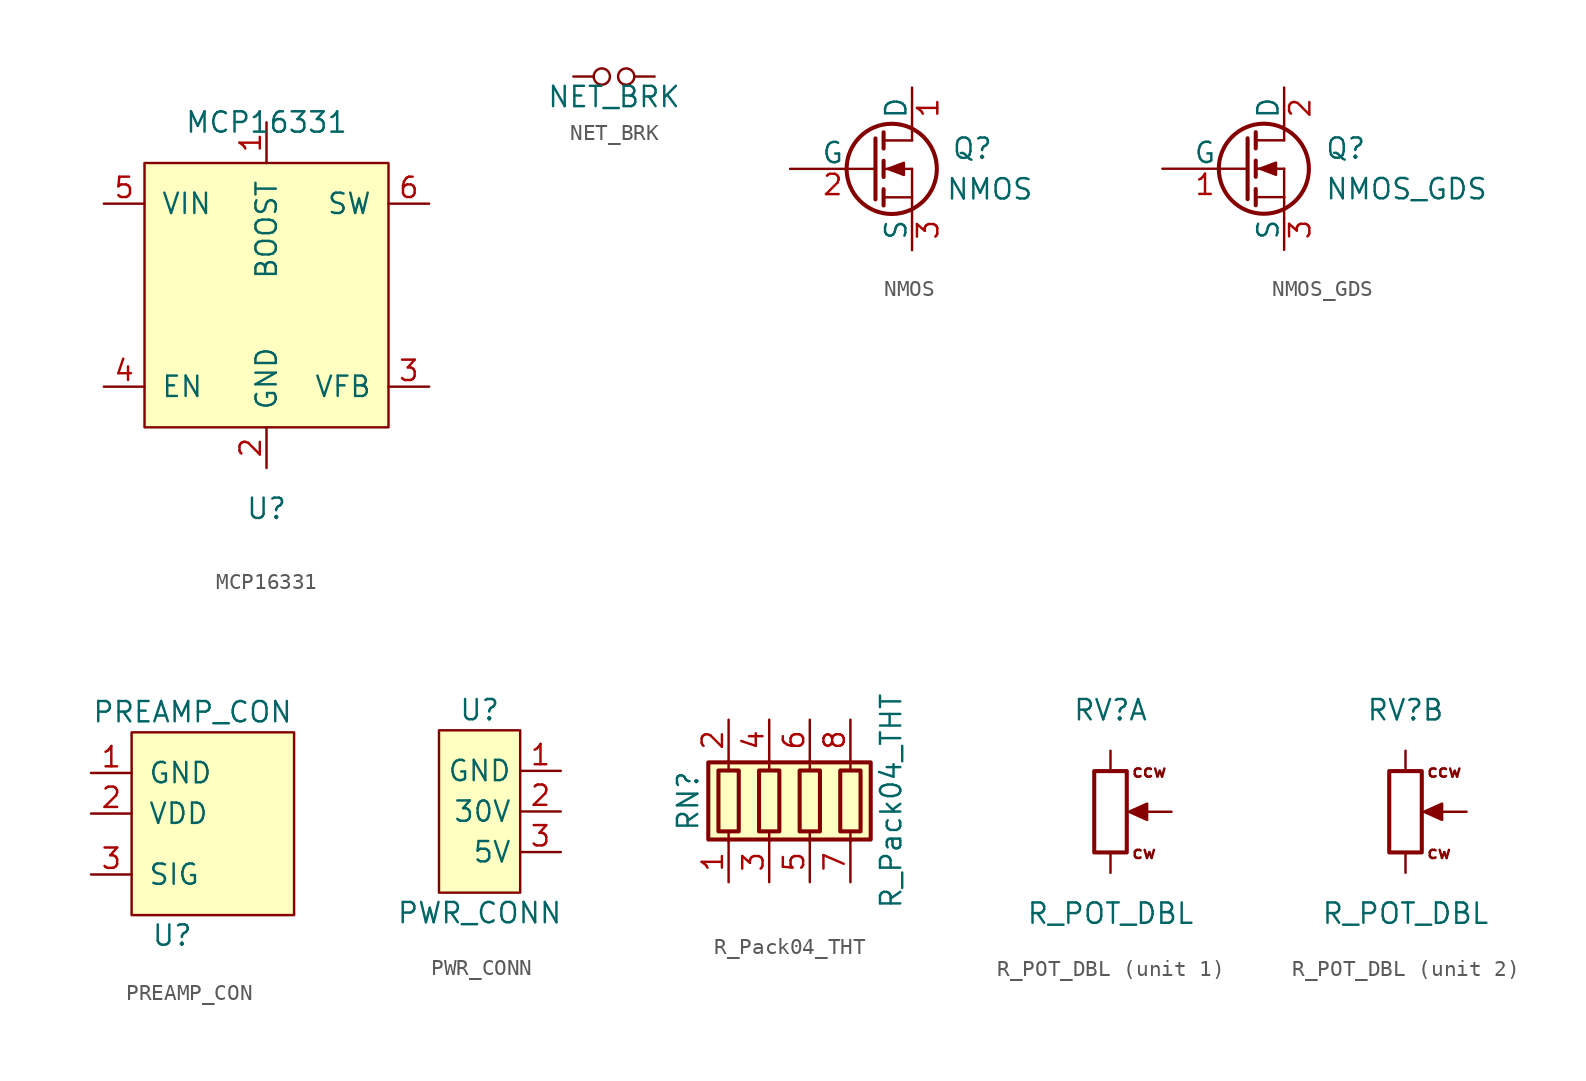
<source format=kicad_sym>
(kicad_symbol_lib
  (version 20211014)
  (generator kicad_symbol_editor)
  (symbol "MCP16331"
    (pin_names
      (offset 1.016))
    (property "Reference" "U"
      (at 0 -13.97 0)
      (effects (font (size 1.27 1.27))))
    (property "Value" "MCP16331"
      (at 0 10.16 0)
      (effects (font (size 1.27 1.27))))
    (symbol "MCP16331_0_1"
      (rectangle (start -7.62 7.62) (end 7.62 -8.89) (stroke (width 0) (type default) (color 0 0 0 0)) (fill (type background))))
    (symbol "MCP16331_1_1"
      (pin input line (at 0 10.16 270) (length 2.54) (name "BOOST" (effects (font (size 1.27 1.27)))) (number "1" (effects (font (size 1.27 1.27)))))
      (pin input line (at 0 -11.43 90) (length 2.54) (name "GND" (effects (font (size 1.27 1.27)))) (number "2" (effects (font (size 1.27 1.27)))))
      (pin input line (at 10.16 -6.35 180) (length 2.54) (name "VFB" (effects (font (size 1.27 1.27)))) (number "3" (effects (font (size 1.27 1.27)))))
      (pin input line (at -10.16 -6.35 0) (length 2.54) (name "EN" (effects (font (size 1.27 1.27)))) (number "4" (effects (font (size 1.27 1.27)))))
      (pin input line (at -10.16 5.08 0) (length 2.54) (name "VIN" (effects (font (size 1.27 1.27)))) (number "5" (effects (font (size 1.27 1.27)))))
      (pin input line (at 10.16 5.08 180) (length 2.54) (name "SW" (effects (font (size 1.27 1.27)))) (number "6" (effects (font (size 1.27 1.27)))))))
  (symbol "NET_BRK"
    (pin_numbers hide)
    (pin_names
      (offset 1.016))
    (property "Reference" "NB"
      (at 0 1.27 0)
      (effects (font (size 1.27 1.27)) hide))
    (property "Value" "NET_BRK"
      (at 0 -1.27 0)
      (effects (font (size 1.27 1.27))))
    (symbol "NET_BRK_0_1"
      (circle (center -0.762 0) (radius 0.508) (stroke (width 0) (type default) (color 0 0 0 0)) (fill (type none)))
      (circle (center 0.762 0) (radius 0.508) (stroke (width 0) (type default) (color 0 0 0 0)) (fill (type none))))
    (symbol "NET_BRK_1_1"
      (pin input line (at -2.54 0 0) (length 1.27) (name "~" (effects (font (size 1.27 1.27)))) (number "1" (effects (font (size 1.27 1.27)))))
      (pin input line (at 2.54 0 180) (length 1.27) (name "~" (effects (font (size 1.27 1.27)))) (number "2" (effects (font (size 1.27 1.27)))))))
  (symbol "NMOS"
    (pin_names
      (offset 0))
    (property "Reference" "Q"
      (at 7.62 1.27 0)
      (effects (font (size 1.27 1.27)) (justify right)))
    (property "Value" "NMOS"
      (at 10.16 -1.27 0)
      (effects (font (size 1.27 1.27)) (justify right)))
    (property "Footprint" ""
      (at 5.08 2.54 0)
      (effects (font (size 1.27 1.27))))
    (property "Datasheet" ""
      (at 0 0 0)
      (effects (font (size 1.27 1.27))))
    (symbol "NMOS_0_1"
      (polyline (pts (xy 0.762 -1.778) (xy 2.54 -1.778)) (stroke (width 0) (type default) (color 0 0 0 0)) (fill (type none)))
      (polyline (pts (xy 0.762 -1.27) (xy 0.762 -2.286)) (stroke (width 0.254) (type default) (color 0 0 0 0)) (fill (type none)))
      (polyline (pts (xy 0.762 0) (xy 2.54 0)) (stroke (width 0) (type default) (color 0 0 0 0)) (fill (type none)))
      (polyline (pts (xy 0.762 0.508) (xy 0.762 -0.508)) (stroke (width 0.254) (type default) (color 0 0 0 0)) (fill (type none)))
      (polyline (pts (xy 0.762 1.778) (xy 2.54 1.778)) (stroke (width 0) (type default) (color 0 0 0 0)) (fill (type none)))
      (polyline (pts (xy 0.762 2.286) (xy 0.762 1.27)) (stroke (width 0.254) (type default) (color 0 0 0 0)) (fill (type none)))
      (polyline (pts (xy 2.54 -1.778) (xy 2.54 -2.54)) (stroke (width 0) (type default) (color 0 0 0 0)) (fill (type none)))
      (polyline (pts (xy 2.54 -1.778) (xy 2.54 0)) (stroke (width 0) (type default) (color 0 0 0 0)) (fill (type none)))
      (polyline (pts (xy 2.54 2.54) (xy 2.54 1.778)) (stroke (width 0) (type default) (color 0 0 0 0)) (fill (type none)))
      (polyline (pts (xy 0.254 1.905) (xy 0.254 -1.905) (xy 0.254 -1.905)) (stroke (width 0.254) (type default) (color 0 0 0 0)) (fill (type none)))
      (polyline (pts (xy 1.016 0) (xy 2.032 0.381) (xy 2.032 -0.381) (xy 1.016 0)) (stroke (width 0) (type default) (color 0 0 0 0)) (fill (type outline)))
      (circle (center 1.27 0) (radius 2.819) (stroke (width 0.254) (type default) (color 0 0 0 0)) (fill (type none))))
    (symbol "NMOS_1_1"
      (pin passive line (at 2.54 5.08 270) (length 2.54) (name "D" (effects (font (size 1.27 1.27)))) (number "1" (effects (font (size 1.27 1.27)))))
      (pin input line (at -5.08 0 0) (length 5.334) (name "G" (effects (font (size 1.27 1.27)))) (number "2" (effects (font (size 1.27 1.27)))))
      (pin passive line (at 2.54 -5.08 90) (length 2.54) (name "S" (effects (font (size 1.27 1.27)))) (number "3" (effects (font (size 1.27 1.27)))))))
  (symbol "NMOS_GDS"
    (pin_names
      (offset 0))
    (property "Reference" "Q"
      (at 5.08 1.27 0)
      (effects (font (size 1.27 1.27)) (justify left)))
    (property "Value" "NMOS_GDS"
      (at 5.08 -1.27 0)
      (effects (font (size 1.27 1.27)) (justify left)))
    (property "Footprint" ""
      (at 5.08 2.54 0)
      (effects (font (size 1.27 1.27))))
    (property "Datasheet" ""
      (at 0 0 0)
      (effects (font (size 1.27 1.27))))
    (symbol "NMOS_GDS_0_1"
      (polyline (pts (xy 0.762 -1.778) (xy 2.54 -1.778)) (stroke (width 0) (type default) (color 0 0 0 0)) (fill (type none)))
      (polyline (pts (xy 0.762 -1.27) (xy 0.762 -2.286)) (stroke (width 0.254) (type default) (color 0 0 0 0)) (fill (type none)))
      (polyline (pts (xy 0.762 0) (xy 2.54 0)) (stroke (width 0) (type default) (color 0 0 0 0)) (fill (type none)))
      (polyline (pts (xy 0.762 0.508) (xy 0.762 -0.508)) (stroke (width 0.254) (type default) (color 0 0 0 0)) (fill (type none)))
      (polyline (pts (xy 0.762 1.778) (xy 2.54 1.778)) (stroke (width 0) (type default) (color 0 0 0 0)) (fill (type none)))
      (polyline (pts (xy 0.762 2.286) (xy 0.762 1.27)) (stroke (width 0.254) (type default) (color 0 0 0 0)) (fill (type none)))
      (polyline (pts (xy 2.54 -1.778) (xy 2.54 -2.54)) (stroke (width 0) (type default) (color 0 0 0 0)) (fill (type none)))
      (polyline (pts (xy 2.54 -1.778) (xy 2.54 0)) (stroke (width 0) (type default) (color 0 0 0 0)) (fill (type none)))
      (polyline (pts (xy 2.54 2.54) (xy 2.54 1.778)) (stroke (width 0) (type default) (color 0 0 0 0)) (fill (type none)))
      (polyline (pts (xy 0.254 1.905) (xy 0.254 -1.905) (xy 0.254 -1.905)) (stroke (width 0.254) (type default) (color 0 0 0 0)) (fill (type none)))
      (polyline (pts (xy 1.016 0) (xy 2.032 0.381) (xy 2.032 -0.381) (xy 1.016 0)) (stroke (width 0) (type default) (color 0 0 0 0)) (fill (type outline)))
      (circle (center 1.27 0) (radius 2.819) (stroke (width 0.254) (type default) (color 0 0 0 0)) (fill (type none))))
    (symbol "NMOS_GDS_1_1"
      (pin input line (at -5.08 0 0) (length 5.334) (name "G" (effects (font (size 1.27 1.27)))) (number "1" (effects (font (size 1.27 1.27)))))
      (pin passive line (at 2.54 5.08 270) (length 2.54) (name "D" (effects (font (size 1.27 1.27)))) (number "2" (effects (font (size 1.27 1.27)))))
      (pin passive line (at 2.54 -5.08 90) (length 2.54) (name "S" (effects (font (size 1.27 1.27)))) (number "3" (effects (font (size 1.27 1.27)))))))
  (symbol "PREAMP_CON"
    (pin_names
      (offset 1.016))
    (property "Reference" "U"
      (at -2.54 -7.62 0)
      (effects (font (size 1.27 1.27))))
    (property "Value" "PREAMP_CON"
      (at -1.27 6.35 0)
      (effects (font (size 1.27 1.27))))
    (symbol "PREAMP_CON_0_1"
      (rectangle (start -5.08 5.08) (end 5.08 -6.35) (stroke (width 0) (type default) (color 0 0 0 0)) (fill (type background))))
    (symbol "PREAMP_CON_1_1"
      (pin input line (at -7.62 2.54 0) (length 2.54) (name "GND" (effects (font (size 1.27 1.27)))) (number "1" (effects (font (size 1.27 1.27)))))
      (pin power_in line (at -7.62 0 0) (length 2.54) (name "VDD" (effects (font (size 1.27 1.27)))) (number "2" (effects (font (size 1.27 1.27)))))
      (pin input line (at -7.62 -3.81 0) (length 2.54) (name "SIG" (effects (font (size 1.27 1.27)))) (number "3" (effects (font (size 1.27 1.27)))))))
  (symbol "PWR_CONN"
    (property "Reference" "U"
      (at -1.27 6.35 0)
      (effects (font (size 1.27 1.27))))
    (property "Value" "PWR_CONN"
      (at -1.27 -6.35 0)
      (effects (font (size 1.27 1.27))))
    (symbol "PWR_CONN_0_1"
      (rectangle (start -3.81 5.08) (end 1.27 -5.08) (stroke (width 0) (type default) (color 0 0 0 0)) (fill (type background))))
    (symbol "PWR_CONN_1_1"
      (pin passive line (at 3.81 2.54 180) (length 2.54) (name "GND" (effects (font (size 1.27 1.27)))) (number "1" (effects (font (size 1.27 1.27)))))
      (pin passive line (at 3.81 0 180) (length 2.54) (name "30V" (effects (font (size 1.27 1.27)))) (number "2" (effects (font (size 1.27 1.27)))))
      (pin passive line (at 3.81 -2.54 180) (length 2.54) (name "5V" (effects (font (size 1.27 1.27)))) (number "3" (effects (font (size 1.27 1.27)))))))
  (symbol "R_Pack04_THT"
    (pin_names
      (offset 0) hide)
    (property "Reference" "RN"
      (at -7.62 0 90)
      (effects (font (size 1.27 1.27))))
    (property "Value" "R_Pack04_THT"
      (at 5.08 0 90)
      (effects (font (size 1.27 1.27))))
    (symbol "R_Pack04_THT_0_1"
      (rectangle (start -6.35 -2.413) (end 3.81 2.413) (stroke (width 0.254) (type default) (color 0 0 0 0)) (fill (type background)))
      (rectangle (start -5.715 1.905) (end -4.445 -1.905) (stroke (width 0.254) (type default) (color 0 0 0 0)) (fill (type none)))
      (rectangle (start -3.175 1.905) (end -1.905 -1.905) (stroke (width 0.254) (type default) (color 0 0 0 0)) (fill (type none)))
      (rectangle (start -0.635 1.905) (end 0.635 -1.905) (stroke (width 0.254) (type default) (color 0 0 0 0)) (fill (type none)))
      (polyline (pts (xy -5.08 -2.54) (xy -5.08 -1.905)) (stroke (width 0) (type default) (color 0 0 0 0)) (fill (type none)))
      (polyline (pts (xy -5.08 1.905) (xy -5.08 2.54)) (stroke (width 0) (type default) (color 0 0 0 0)) (fill (type none)))
      (polyline (pts (xy -2.54 -2.54) (xy -2.54 -1.905)) (stroke (width 0) (type default) (color 0 0 0 0)) (fill (type none)))
      (polyline (pts (xy -2.54 1.905) (xy -2.54 2.54)) (stroke (width 0) (type default) (color 0 0 0 0)) (fill (type none)))
      (polyline (pts (xy 0 -2.54) (xy 0 -1.905)) (stroke (width 0) (type default) (color 0 0 0 0)) (fill (type none)))
      (polyline (pts (xy 0 1.905) (xy 0 2.54)) (stroke (width 0) (type default) (color 0 0 0 0)) (fill (type none)))
      (polyline (pts (xy 2.54 -2.54) (xy 2.54 -1.905)) (stroke (width 0) (type default) (color 0 0 0 0)) (fill (type none)))
      (polyline (pts (xy 2.54 1.905) (xy 2.54 2.54)) (stroke (width 0) (type default) (color 0 0 0 0)) (fill (type none)))
      (rectangle (start 1.905 1.905) (end 3.175 -1.905) (stroke (width 0.254) (type default) (color 0 0 0 0)) (fill (type none))))
    (symbol "R_Pack04_THT_1_1"
      (pin passive line (at -5.08 -5.08 90) (length 2.54) (name "R1.1" (effects (font (size 1.27 1.27)))) (number "1" (effects (font (size 1.27 1.27)))))
      (pin passive line (at -5.08 5.08 270) (length 2.54) (name "R1.2" (effects (font (size 1.27 1.27)))) (number "2" (effects (font (size 1.27 1.27)))))
      (pin passive line (at -2.54 -5.08 90) (length 2.54) (name "R2.1" (effects (font (size 1.27 1.27)))) (number "3" (effects (font (size 1.27 1.27)))))
      (pin passive line (at -2.54 5.08 270) (length 2.54) (name "R2.2" (effects (font (size 1.27 1.27)))) (number "4" (effects (font (size 1.27 1.27)))))
      (pin passive line (at 0 -5.08 90) (length 2.54) (name "R3.1" (effects (font (size 1.27 1.27)))) (number "5" (effects (font (size 1.27 1.27)))))
      (pin passive line (at 0 5.08 270) (length 2.54) (name "R3.2" (effects (font (size 1.27 1.27)))) (number "6" (effects (font (size 1.27 1.27)))))
      (pin passive line (at 2.54 -5.08 90) (length 2.54) (name "R4.1" (effects (font (size 1.27 1.27)))) (number "7" (effects (font (size 1.27 1.27)))))
      (pin passive line (at 2.54 5.08 270) (length 2.54) (name "R4.2" (effects (font (size 1.27 1.27)))) (number "8" (effects (font (size 1.27 1.27)))))))
  (symbol "R_POT_DBL"
    (pin_numbers hide)
    (pin_names
      (offset 1.016) hide)
    (property "Reference" "RV"
      (at 0 6.35 0)
      (effects (font (size 1.27 1.27))))
    (property "Value" "R_POT_DBL"
      (at 0 -6.35 0)
      (effects (font (size 1.27 1.27))))
    (symbol "R_POT_DBL_0_0"
      (text "ccw" (at 1.27 2.54 0) (effects (font (size 0.762 0.762)) (justify left)))
      (text "cw" (at 1.27 -2.54 0) (effects (font (size 0.762 0.762)) (justify left))))
    (symbol "R_POT_DBL_1_1"
      (polyline (pts (xy 1.143 0) (xy 2.286 0.508) (xy 2.286 -0.508) (xy 1.143 0)) (stroke (width 0) (type default) (color 0 0 0 0)) (fill (type outline)))
      (rectangle (start 1.016 2.54) (end -1.016 -2.54) (stroke (width 0.254) (type default) (color 0 0 0 0)) (fill (type none)))
      (pin passive line (at 0 3.81 270) (length 1.27) (name "1" (effects (font (size 1.27 1.27)))) (number "1" (effects (font (size 1.27 1.27)))))
      (pin passive line (at 3.81 0 180) (length 2.032) (name "2" (effects (font (size 1.27 1.27)))) (number "2" (effects (font (size 1.27 1.27)))))
      (pin passive line (at 0 -3.81 90) (length 1.27) (name "3" (effects (font (size 1.27 1.27)))) (number "3" (effects (font (size 1.27 1.27))))))
    (symbol "R_POT_DBL_2_1"
      (polyline (pts (xy 1.143 0) (xy 2.286 0.508) (xy 2.286 -0.508) (xy 1.143 0)) (stroke (width 0) (type default) (color 0 0 0 0)) (fill (type outline)))
      (rectangle (start 1.016 2.54) (end -1.016 -2.54) (stroke (width 0.254) (type default) (color 0 0 0 0)) (fill (type none)))
      (pin passive line (at 0 3.81 270) (length 1.27) (name "1" (effects (font (size 1.27 1.27)))) (number "4" (effects (font (size 1.27 1.27)))))
      (pin passive line (at 3.81 0 180) (length 2.032) (name "2" (effects (font (size 1.27 1.27)))) (number "5" (effects (font (size 1.27 1.27)))))
      (pin passive line (at 0 -3.81 90) (length 1.27) (name "3" (effects (font (size 1.27 1.27)))) (number "6" (effects (font (size 1.27 1.27))))))))
</source>
